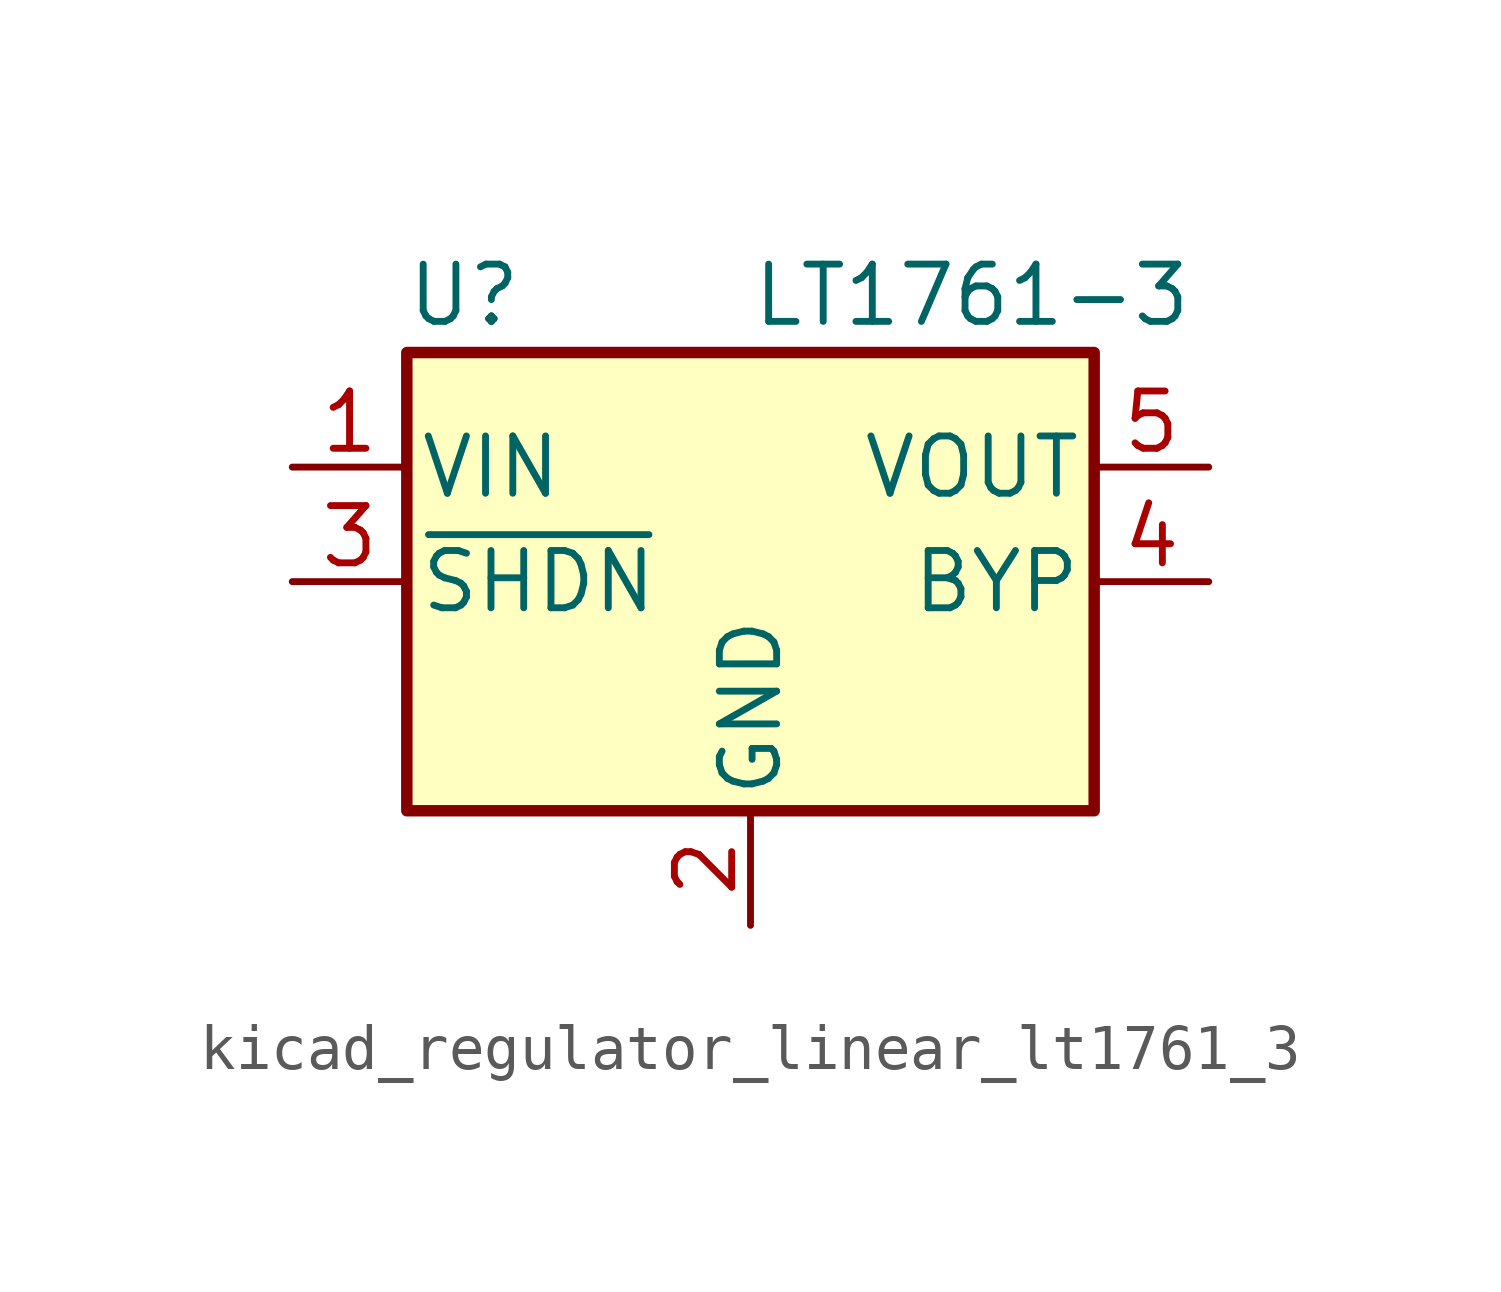
<source format=kicad_sym>
(kicad_symbol_lib
  (version 20220914)
  (generator kicad_symbol_editor)
  (symbol "kicad_regulator_linear_lt1761_3"
    (pin_names
      (offset 0.254))
    (property "Reference" "U"
      (at -6.35 6.35 0)
      (effects (font (size 1.27 1.27))))
    (property "Value" "LT1761-3"
      (at 0 6.35 0)
      (effects (font (size 1.27 1.27)) (justify left)))
    (symbol "kicad_regulator_linear_lt1761_3_0_1"
      (rectangle (start -7.62 5.08) (end 7.62 -5.08) (stroke (width 0.254) (type default)) (fill (type background))))
    (symbol "kicad_regulator_linear_lt1761_3_1_1"
      (pin power_in line (at -10.16 2.54 0) (length 2.54) (name "VIN" (effects (font (size 1.27 1.27)))) (number "1" (effects (font (size 1.27 1.27)))))
      (pin power_in line (at 0 -7.62 90) (length 2.54) (name "GND" (effects (font (size 1.27 1.27)))) (number "2" (effects (font (size 1.27 1.27)))))
      (pin input line (at -10.16 0 0) (length 2.54) (name "~{SHDN}" (effects (font (size 1.27 1.27)))) (number "3" (effects (font (size 1.27 1.27)))))
      (pin passive line (at 10.16 0 180) (length 2.54) (name "BYP" (effects (font (size 1.27 1.27)))) (number "4" (effects (font (size 1.27 1.27)))))
      (pin power_out line (at 10.16 2.54 180) (length 2.54) (name "VOUT" (effects (font (size 1.27 1.27)))) (number "5" (effects (font (size 1.27 1.27))))))))
</source>
